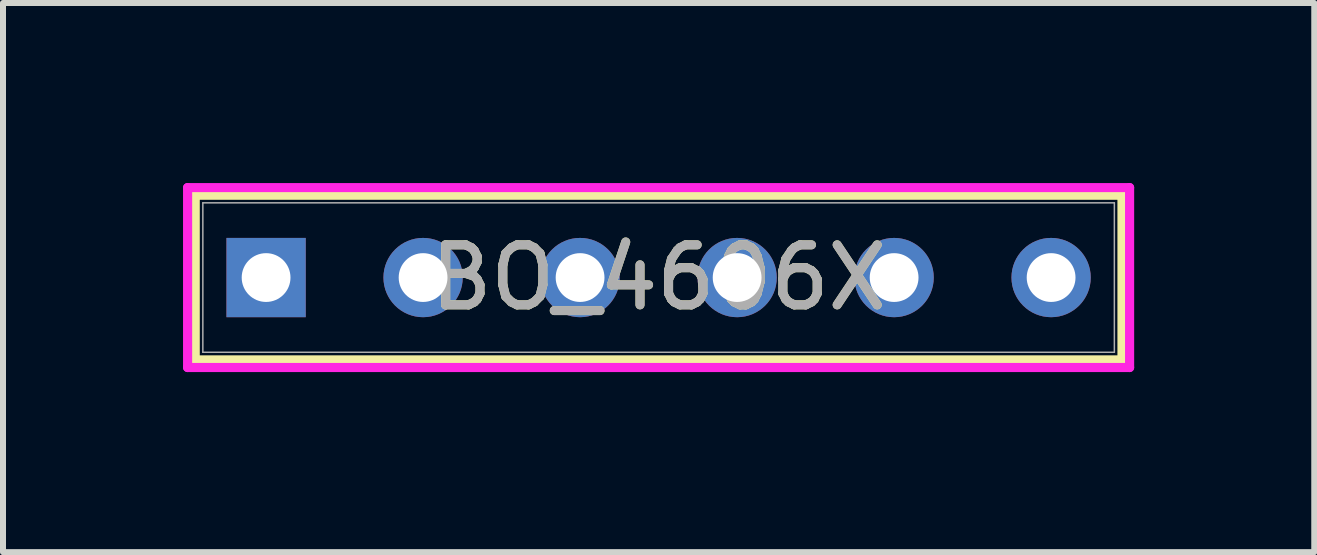
<source format=kicad_pcb>
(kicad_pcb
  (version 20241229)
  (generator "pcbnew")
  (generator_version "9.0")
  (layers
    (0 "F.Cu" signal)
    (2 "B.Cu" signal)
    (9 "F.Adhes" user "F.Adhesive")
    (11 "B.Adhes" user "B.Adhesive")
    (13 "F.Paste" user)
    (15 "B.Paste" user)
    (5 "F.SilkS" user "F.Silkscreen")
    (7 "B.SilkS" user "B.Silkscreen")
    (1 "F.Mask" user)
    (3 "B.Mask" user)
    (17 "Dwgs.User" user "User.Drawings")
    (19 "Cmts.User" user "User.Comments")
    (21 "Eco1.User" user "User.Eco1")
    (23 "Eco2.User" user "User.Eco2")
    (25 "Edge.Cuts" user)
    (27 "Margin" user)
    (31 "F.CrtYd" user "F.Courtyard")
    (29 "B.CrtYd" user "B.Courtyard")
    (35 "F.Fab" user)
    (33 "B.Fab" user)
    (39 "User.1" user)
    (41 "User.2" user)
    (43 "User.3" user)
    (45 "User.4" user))
  (footprint "BO_4606X"
    (layer "F.Cu")
    (at 1.384 1.575)
    (property "Reference" "BO_4606X" (at 6.54 0 0) (unlocked yes) (layer "F.SilkS") (effects (font (size 1 1) (thickness 0.15))))
    (attr through_hole)
    (fp_line (start -1.181 -1.372) (end -1.181 1.372) (stroke (width 0.152) (type solid)) (layer "F.SilkS"))
    (fp_line (start 14.262 -1.372) (end -1.181 -1.372) (stroke (width 0.152) (type solid)) (layer "F.SilkS"))
    (fp_line (start 14.262 -1.372) (end 14.262 1.372) (stroke (width 0.152) (type solid)) (layer "F.SilkS"))
    (fp_line (start 14.262 1.372) (end -1.181 1.372) (stroke (width 0.152) (type solid)) (layer "F.SilkS"))
    (fp_line (start -1.308 -1.499) (end -1.308 1.499) (stroke (width 0.152) (type solid)) (layer "F.CrtYd"))
    (fp_line (start -1.308 1.499) (end 14.389 1.499) (stroke (width 0.152) (type solid)) (layer "F.CrtYd"))
    (fp_line (start 14.389 -1.499) (end -1.308 -1.499) (stroke (width 0.152) (type solid)) (layer "F.CrtYd"))
    (fp_line (start 14.389 1.499) (end 14.389 -1.499) (stroke (width 0.152) (type solid)) (layer "F.CrtYd"))
    (fp_line (start -1.054 -1.245) (end -1.054 1.245) (stroke (width 0.025) (type solid)) (layer "F.Fab"))
    (fp_line (start 14.135 -1.245) (end -1.054 -1.245) (stroke (width 0.025) (type solid)) (layer "F.Fab"))
    (fp_line (start 14.135 -1.245) (end 14.135 1.245) (stroke (width 0.025) (type solid)) (layer "F.Fab"))
    (fp_line (start 14.135 1.245) (end -1.054 1.245) (stroke (width 0.025) (type solid)) (layer "F.Fab"))
    (fp_text user "${REFERENCE}" (at 6.54 0 0) (unlocked yes) (layer "F.Fab") (effects (font (size 1 1) (thickness 0.15))))
    (pad "1" thru_hole rect (at 0 0) (size 1.321 1.321) (drill 0.813) (layers "*.Cu" "*.Mask"))
    (pad "2" thru_hole circle (at 2.616 0) (size 1.321 1.321) (drill 0.813) (layers "*.Cu" "*.Mask"))
    (pad "3" thru_hole circle (at 5.232 0) (size 1.321 1.321) (drill 0.813) (layers "*.Cu" "*.Mask"))
    (pad "4" thru_hole circle (at 7.849 0) (size 1.321 1.321) (drill 0.813) (layers "*.Cu" "*.Mask"))
    (pad "5" thru_hole circle (at 10.465 0) (size 1.321 1.321) (drill 0.813) (layers "*.Cu" "*.Mask"))
    (pad "6" thru_hole circle (at 13.081 0) (size 1.321 1.321) (drill 0.813) (layers "*.Cu" "*.Mask")))
  (gr_rect
    (start -3 -3)
    (end 18.85 6.15)
    (stroke (width 0.1) (type default))
    (fill no)
    (layer "Edge.Cuts")))
</source>
